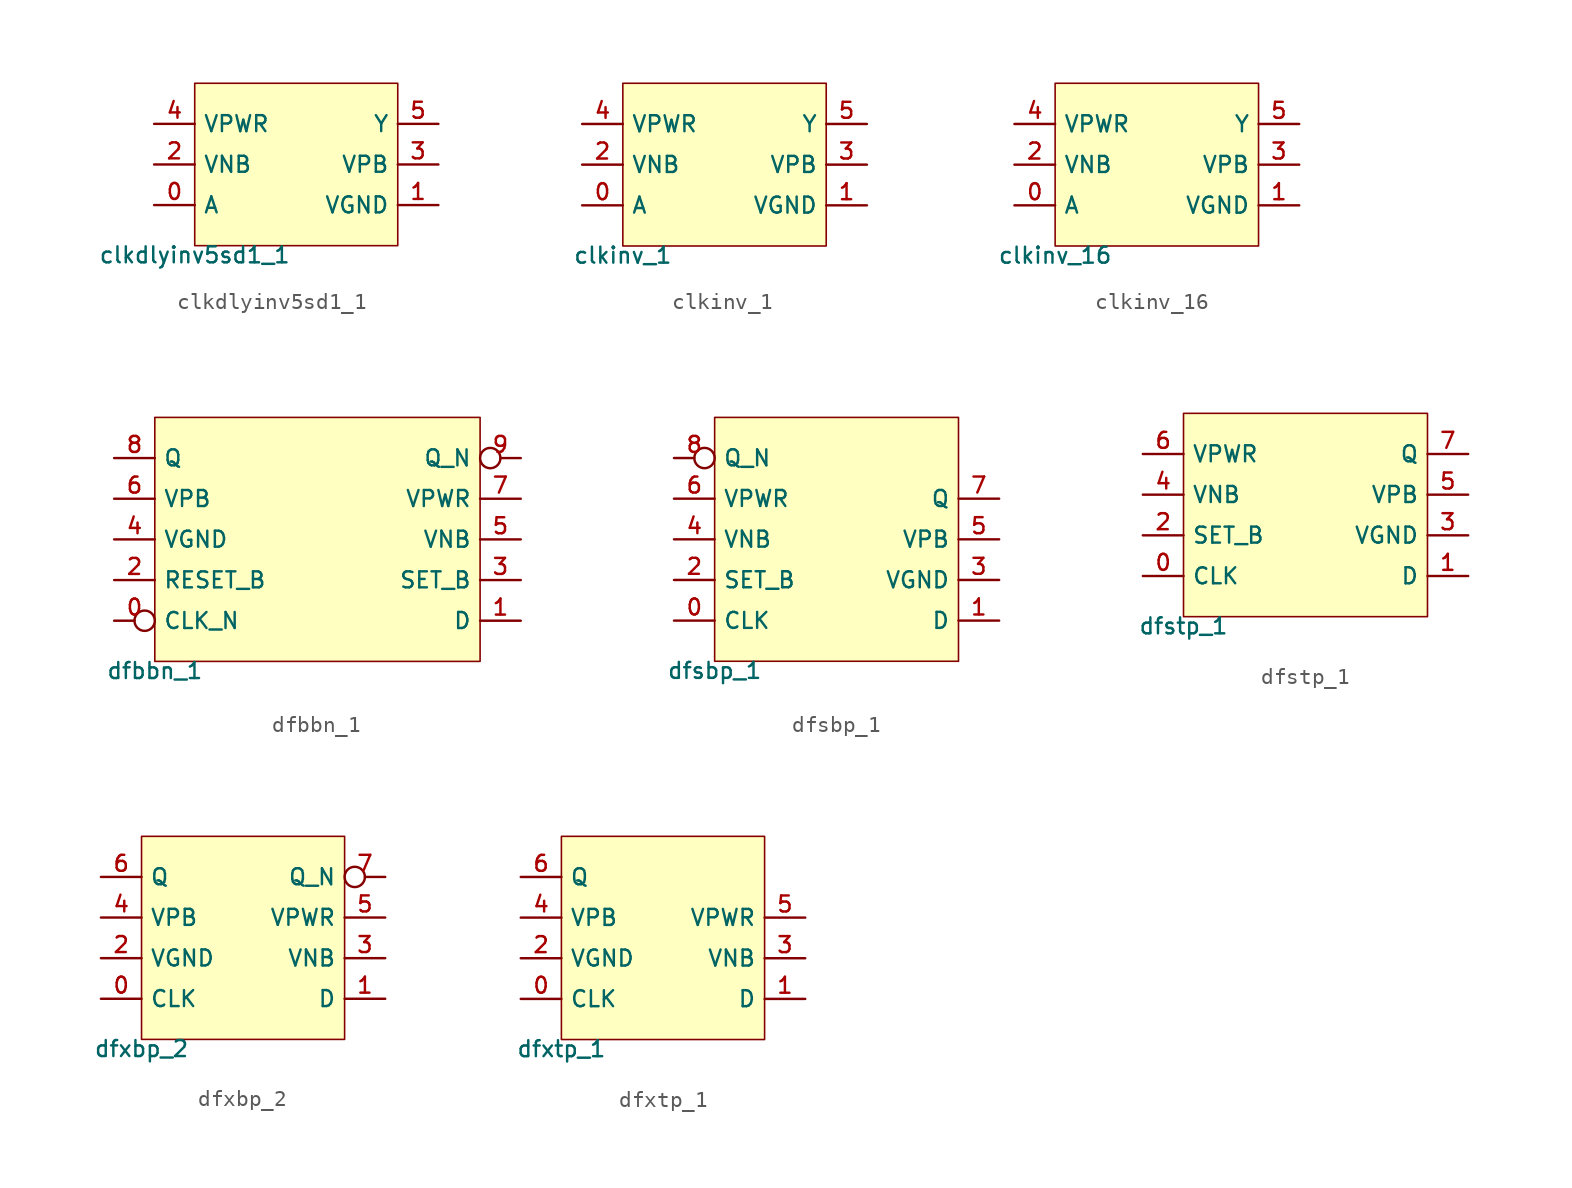
<source format=kicad_sym>
(kicad_symbol_lib
  (version 20211014)
  (generator pdk2kicad)
  (symbol "clkdlyinv5sd1_1"
    (property "Reference" "X"
      (at 0 0 0)
      (effects (font (size 1 1)) hide))
    (property "Value" "clkdlyinv5sd1_1"
      (at -6.35 -5.08 0)
      (effects (font (size 1 1)) (justify top)))
    (rectangle
      (start -6.35 -5.08)
      (end 6.35 5.08)
      (stroke (width 0.1) (type solid) (color 0 0 0 0))
      (fill (type background)))
    (pin bidirectional line
      (at -8.89 -2.54 0)
      (length 2.54)
      (name "A" (effects (font (size 1 1)) hide))
      (number "0" (effects (font (size 1 1)) hide)))
    (pin bidirectional line
      (at 8.89 -2.54 180)
      (length 2.54)
      (name "VGND" (effects (font (size 1 1)) hide))
      (number "1" (effects (font (size 1 1)) hide)))
    (pin bidirectional line
      (at -8.89 0.0 0)
      (length 2.54)
      (name "VNB" (effects (font (size 1 1)) hide))
      (number "2" (effects (font (size 1 1)) hide)))
    (pin bidirectional line
      (at 8.89 0.0 180)
      (length 2.54)
      (name "VPB" (effects (font (size 1 1)) hide))
      (number "3" (effects (font (size 1 1)) hide)))
    (pin bidirectional line
      (at -8.89 2.54 0)
      (length 2.54)
      (name "VPWR" (effects (font (size 1 1)) hide))
      (number "4" (effects (font (size 1 1)) hide)))
    (pin bidirectional line
      (at 8.89 2.54 180)
      (length 2.54)
      (name "Y" (effects (font (size 1 1)) hide))
      (number "5" (effects (font (size 1 1)) hide))))
  (symbol "clkinv_1"
    (property "Reference" "X"
      (at 0 0 0)
      (effects (font (size 1 1)) hide))
    (property "Value" "clkinv_1"
      (at -6.35 -5.08 0)
      (effects (font (size 1 1)) (justify top)))
    (rectangle
      (start -6.35 -5.08)
      (end 6.35 5.08)
      (stroke (width 0.1) (type solid) (color 0 0 0 0))
      (fill (type background)))
    (pin bidirectional line
      (at -8.89 -2.54 0)
      (length 2.54)
      (name "A" (effects (font (size 1 1)) hide))
      (number "0" (effects (font (size 1 1)) hide)))
    (pin bidirectional line
      (at 8.89 -2.54 180)
      (length 2.54)
      (name "VGND" (effects (font (size 1 1)) hide))
      (number "1" (effects (font (size 1 1)) hide)))
    (pin bidirectional line
      (at -8.89 0.0 0)
      (length 2.54)
      (name "VNB" (effects (font (size 1 1)) hide))
      (number "2" (effects (font (size 1 1)) hide)))
    (pin bidirectional line
      (at 8.89 0.0 180)
      (length 2.54)
      (name "VPB" (effects (font (size 1 1)) hide))
      (number "3" (effects (font (size 1 1)) hide)))
    (pin bidirectional line
      (at -8.89 2.54 0)
      (length 2.54)
      (name "VPWR" (effects (font (size 1 1)) hide))
      (number "4" (effects (font (size 1 1)) hide)))
    (pin bidirectional line
      (at 8.89 2.54 180)
      (length 2.54)
      (name "Y" (effects (font (size 1 1)) hide))
      (number "5" (effects (font (size 1 1)) hide))))
  (symbol "clkinv_16"
    (property "Reference" "X"
      (at 0 0 0)
      (effects (font (size 1 1)) hide))
    (property "Value" "clkinv_16"
      (at -6.35 -5.08 0)
      (effects (font (size 1 1)) (justify top)))
    (rectangle
      (start -6.35 -5.08)
      (end 6.35 5.08)
      (stroke (width 0.1) (type solid) (color 0 0 0 0))
      (fill (type background)))
    (pin bidirectional line
      (at -8.89 -2.54 0)
      (length 2.54)
      (name "A" (effects (font (size 1 1)) hide))
      (number "0" (effects (font (size 1 1)) hide)))
    (pin bidirectional line
      (at 8.89 -2.54 180)
      (length 2.54)
      (name "VGND" (effects (font (size 1 1)) hide))
      (number "1" (effects (font (size 1 1)) hide)))
    (pin bidirectional line
      (at -8.89 0.0 0)
      (length 2.54)
      (name "VNB" (effects (font (size 1 1)) hide))
      (number "2" (effects (font (size 1 1)) hide)))
    (pin bidirectional line
      (at 8.89 0.0 180)
      (length 2.54)
      (name "VPB" (effects (font (size 1 1)) hide))
      (number "3" (effects (font (size 1 1)) hide)))
    (pin bidirectional line
      (at -8.89 2.54 0)
      (length 2.54)
      (name "VPWR" (effects (font (size 1 1)) hide))
      (number "4" (effects (font (size 1 1)) hide)))
    (pin bidirectional line
      (at 8.89 2.54 180)
      (length 2.54)
      (name "Y" (effects (font (size 1 1)) hide))
      (number "5" (effects (font (size 1 1)) hide))))
  (symbol "dfbbn_1"
    (property "Reference" "X"
      (at 0 0 0)
      (effects (font (size 1 1)) hide))
    (property "Value" "dfbbn_1"
      (at -10.16 -7.62 0)
      (effects (font (size 1 1)) (justify top)))
    (rectangle
      (start -10.16 -7.62)
      (end 10.16 7.62)
      (stroke (width 0.1) (type solid) (color 0 0 0 0))
      (fill (type background)))
    (pin bidirectional inverted
      (at -12.7 -5.08 0)
      (length 2.54)
      (name "CLK_N" (effects (font (size 1 1)) hide))
      (number "0" (effects (font (size 1 1)) hide)))
    (pin bidirectional line
      (at 12.7 -5.08 180)
      (length 2.54)
      (name "D" (effects (font (size 1 1)) hide))
      (number "1" (effects (font (size 1 1)) hide)))
    (pin bidirectional line
      (at -12.7 -2.54 0)
      (length 2.54)
      (name "RESET_B" (effects (font (size 1 1)) hide))
      (number "2" (effects (font (size 1 1)) hide)))
    (pin bidirectional line
      (at 12.7 -2.54 180)
      (length 2.54)
      (name "SET_B" (effects (font (size 1 1)) hide))
      (number "3" (effects (font (size 1 1)) hide)))
    (pin bidirectional line
      (at -12.7 8.881784197001252e-16 0)
      (length 2.54)
      (name "VGND" (effects (font (size 1 1)) hide))
      (number "4" (effects (font (size 1 1)) hide)))
    (pin bidirectional line
      (at 12.7 8.881784197001252e-16 180)
      (length 2.54)
      (name "VNB" (effects (font (size 1 1)) hide))
      (number "5" (effects (font (size 1 1)) hide)))
    (pin bidirectional line
      (at -12.7 2.54 0)
      (length 2.54)
      (name "VPB" (effects (font (size 1 1)) hide))
      (number "6" (effects (font (size 1 1)) hide)))
    (pin bidirectional line
      (at 12.7 2.54 180)
      (length 2.54)
      (name "VPWR" (effects (font (size 1 1)) hide))
      (number "7" (effects (font (size 1 1)) hide)))
    (pin bidirectional line
      (at -12.7 5.08 0)
      (length 2.54)
      (name "Q" (effects (font (size 1 1)) hide))
      (number "8" (effects (font (size 1 1)) hide)))
    (pin bidirectional inverted
      (at 12.7 5.08 180)
      (length 2.54)
      (name "Q_N" (effects (font (size 1 1)) hide))
      (number "9" (effects (font (size 1 1)) hide))))
  (symbol "dfsbp_1"
    (property "Reference" "X"
      (at 0 0 0)
      (effects (font (size 1 1)) hide))
    (property "Value" "dfsbp_1"
      (at -7.62 -7.62 0)
      (effects (font (size 1 1)) (justify top)))
    (rectangle
      (start -7.62 -7.62)
      (end 7.62 7.62)
      (stroke (width 0.1) (type solid) (color 0 0 0 0))
      (fill (type background)))
    (pin bidirectional line
      (at -10.16 -5.08 0)
      (length 2.54)
      (name "CLK" (effects (font (size 1 1)) hide))
      (number "0" (effects (font (size 1 1)) hide)))
    (pin bidirectional line
      (at 10.16 -5.08 180)
      (length 2.54)
      (name "D" (effects (font (size 1 1)) hide))
      (number "1" (effects (font (size 1 1)) hide)))
    (pin bidirectional line
      (at -10.16 -2.54 0)
      (length 2.54)
      (name "SET_B" (effects (font (size 1 1)) hide))
      (number "2" (effects (font (size 1 1)) hide)))
    (pin bidirectional line
      (at 10.16 -2.54 180)
      (length 2.54)
      (name "VGND" (effects (font (size 1 1)) hide))
      (number "3" (effects (font (size 1 1)) hide)))
    (pin bidirectional line
      (at -10.16 8.881784197001252e-16 0)
      (length 2.54)
      (name "VNB" (effects (font (size 1 1)) hide))
      (number "4" (effects (font (size 1 1)) hide)))
    (pin bidirectional line
      (at 10.16 8.881784197001252e-16 180)
      (length 2.54)
      (name "VPB" (effects (font (size 1 1)) hide))
      (number "5" (effects (font (size 1 1)) hide)))
    (pin bidirectional line
      (at -10.16 2.54 0)
      (length 2.54)
      (name "VPWR" (effects (font (size 1 1)) hide))
      (number "6" (effects (font (size 1 1)) hide)))
    (pin bidirectional line
      (at 10.16 2.54 180)
      (length 2.54)
      (name "Q" (effects (font (size 1 1)) hide))
      (number "7" (effects (font (size 1 1)) hide)))
    (pin bidirectional inverted
      (at -10.16 5.08 0)
      (length 2.54)
      (name "Q_N" (effects (font (size 1 1)) hide))
      (number "8" (effects (font (size 1 1)) hide))))
  (symbol "dfstp_1"
    (property "Reference" "X"
      (at 0 0 0)
      (effects (font (size 1 1)) hide))
    (property "Value" "dfstp_1"
      (at -7.62 -6.35 0)
      (effects (font (size 1 1)) (justify top)))
    (rectangle
      (start -7.62 -6.35)
      (end 7.62 6.35)
      (stroke (width 0.1) (type solid) (color 0 0 0 0))
      (fill (type background)))
    (pin bidirectional line
      (at -10.16 -3.81 0)
      (length 2.54)
      (name "CLK" (effects (font (size 1 1)) hide))
      (number "0" (effects (font (size 1 1)) hide)))
    (pin bidirectional line
      (at 10.16 -3.81 180)
      (length 2.54)
      (name "D" (effects (font (size 1 1)) hide))
      (number "1" (effects (font (size 1 1)) hide)))
    (pin bidirectional line
      (at -10.16 -1.27 0)
      (length 2.54)
      (name "SET_B" (effects (font (size 1 1)) hide))
      (number "2" (effects (font (size 1 1)) hide)))
    (pin bidirectional line
      (at 10.16 -1.27 180)
      (length 2.54)
      (name "VGND" (effects (font (size 1 1)) hide))
      (number "3" (effects (font (size 1 1)) hide)))
    (pin bidirectional line
      (at -10.16 1.27 0)
      (length 2.54)
      (name "VNB" (effects (font (size 1 1)) hide))
      (number "4" (effects (font (size 1 1)) hide)))
    (pin bidirectional line
      (at 10.16 1.27 180)
      (length 2.54)
      (name "VPB" (effects (font (size 1 1)) hide))
      (number "5" (effects (font (size 1 1)) hide)))
    (pin bidirectional line
      (at -10.16 3.81 0)
      (length 2.54)
      (name "VPWR" (effects (font (size 1 1)) hide))
      (number "6" (effects (font (size 1 1)) hide)))
    (pin bidirectional line
      (at 10.16 3.81 180)
      (length 2.54)
      (name "Q" (effects (font (size 1 1)) hide))
      (number "7" (effects (font (size 1 1)) hide))))
  (symbol "dfxbp_2"
    (property "Reference" "X"
      (at 0 0 0)
      (effects (font (size 1 1)) hide))
    (property "Value" "dfxbp_2"
      (at -6.35 -6.35 0)
      (effects (font (size 1 1)) (justify top)))
    (rectangle
      (start -6.35 -6.35)
      (end 6.35 6.35)
      (stroke (width 0.1) (type solid) (color 0 0 0 0))
      (fill (type background)))
    (pin bidirectional line
      (at -8.89 -3.81 0)
      (length 2.54)
      (name "CLK" (effects (font (size 1 1)) hide))
      (number "0" (effects (font (size 1 1)) hide)))
    (pin bidirectional line
      (at 8.89 -3.81 180)
      (length 2.54)
      (name "D" (effects (font (size 1 1)) hide))
      (number "1" (effects (font (size 1 1)) hide)))
    (pin bidirectional line
      (at -8.89 -1.27 0)
      (length 2.54)
      (name "VGND" (effects (font (size 1 1)) hide))
      (number "2" (effects (font (size 1 1)) hide)))
    (pin bidirectional line
      (at 8.89 -1.27 180)
      (length 2.54)
      (name "VNB" (effects (font (size 1 1)) hide))
      (number "3" (effects (font (size 1 1)) hide)))
    (pin bidirectional line
      (at -8.89 1.27 0)
      (length 2.54)
      (name "VPB" (effects (font (size 1 1)) hide))
      (number "4" (effects (font (size 1 1)) hide)))
    (pin bidirectional line
      (at 8.89 1.27 180)
      (length 2.54)
      (name "VPWR" (effects (font (size 1 1)) hide))
      (number "5" (effects (font (size 1 1)) hide)))
    (pin bidirectional line
      (at -8.89 3.81 0)
      (length 2.54)
      (name "Q" (effects (font (size 1 1)) hide))
      (number "6" (effects (font (size 1 1)) hide)))
    (pin bidirectional inverted
      (at 8.89 3.81 180)
      (length 2.54)
      (name "Q_N" (effects (font (size 1 1)) hide))
      (number "7" (effects (font (size 1 1)) hide))))
  (symbol "dfxtp_1"
    (property "Reference" "X"
      (at 0 0 0)
      (effects (font (size 1 1)) hide))
    (property "Value" "dfxtp_1"
      (at -6.35 -6.35 0)
      (effects (font (size 1 1)) (justify top)))
    (rectangle
      (start -6.35 -6.35)
      (end 6.35 6.35)
      (stroke (width 0.1) (type solid) (color 0 0 0 0))
      (fill (type background)))
    (pin bidirectional line
      (at -8.89 -3.81 0)
      (length 2.54)
      (name "CLK" (effects (font (size 1 1)) hide))
      (number "0" (effects (font (size 1 1)) hide)))
    (pin bidirectional line
      (at 8.89 -3.81 180)
      (length 2.54)
      (name "D" (effects (font (size 1 1)) hide))
      (number "1" (effects (font (size 1 1)) hide)))
    (pin bidirectional line
      (at -8.89 -1.27 0)
      (length 2.54)
      (name "VGND" (effects (font (size 1 1)) hide))
      (number "2" (effects (font (size 1 1)) hide)))
    (pin bidirectional line
      (at 8.89 -1.27 180)
      (length 2.54)
      (name "VNB" (effects (font (size 1 1)) hide))
      (number "3" (effects (font (size 1 1)) hide)))
    (pin bidirectional line
      (at -8.89 1.27 0)
      (length 2.54)
      (name "VPB" (effects (font (size 1 1)) hide))
      (number "4" (effects (font (size 1 1)) hide)))
    (pin bidirectional line
      (at 8.89 1.27 180)
      (length 2.54)
      (name "VPWR" (effects (font (size 1 1)) hide))
      (number "5" (effects (font (size 1 1)) hide)))
    (pin bidirectional line
      (at -8.89 3.81 0)
      (length 2.54)
      (name "Q" (effects (font (size 1 1)) hide))
      (number "6" (effects (font (size 1 1)) hide)))))
</source>
